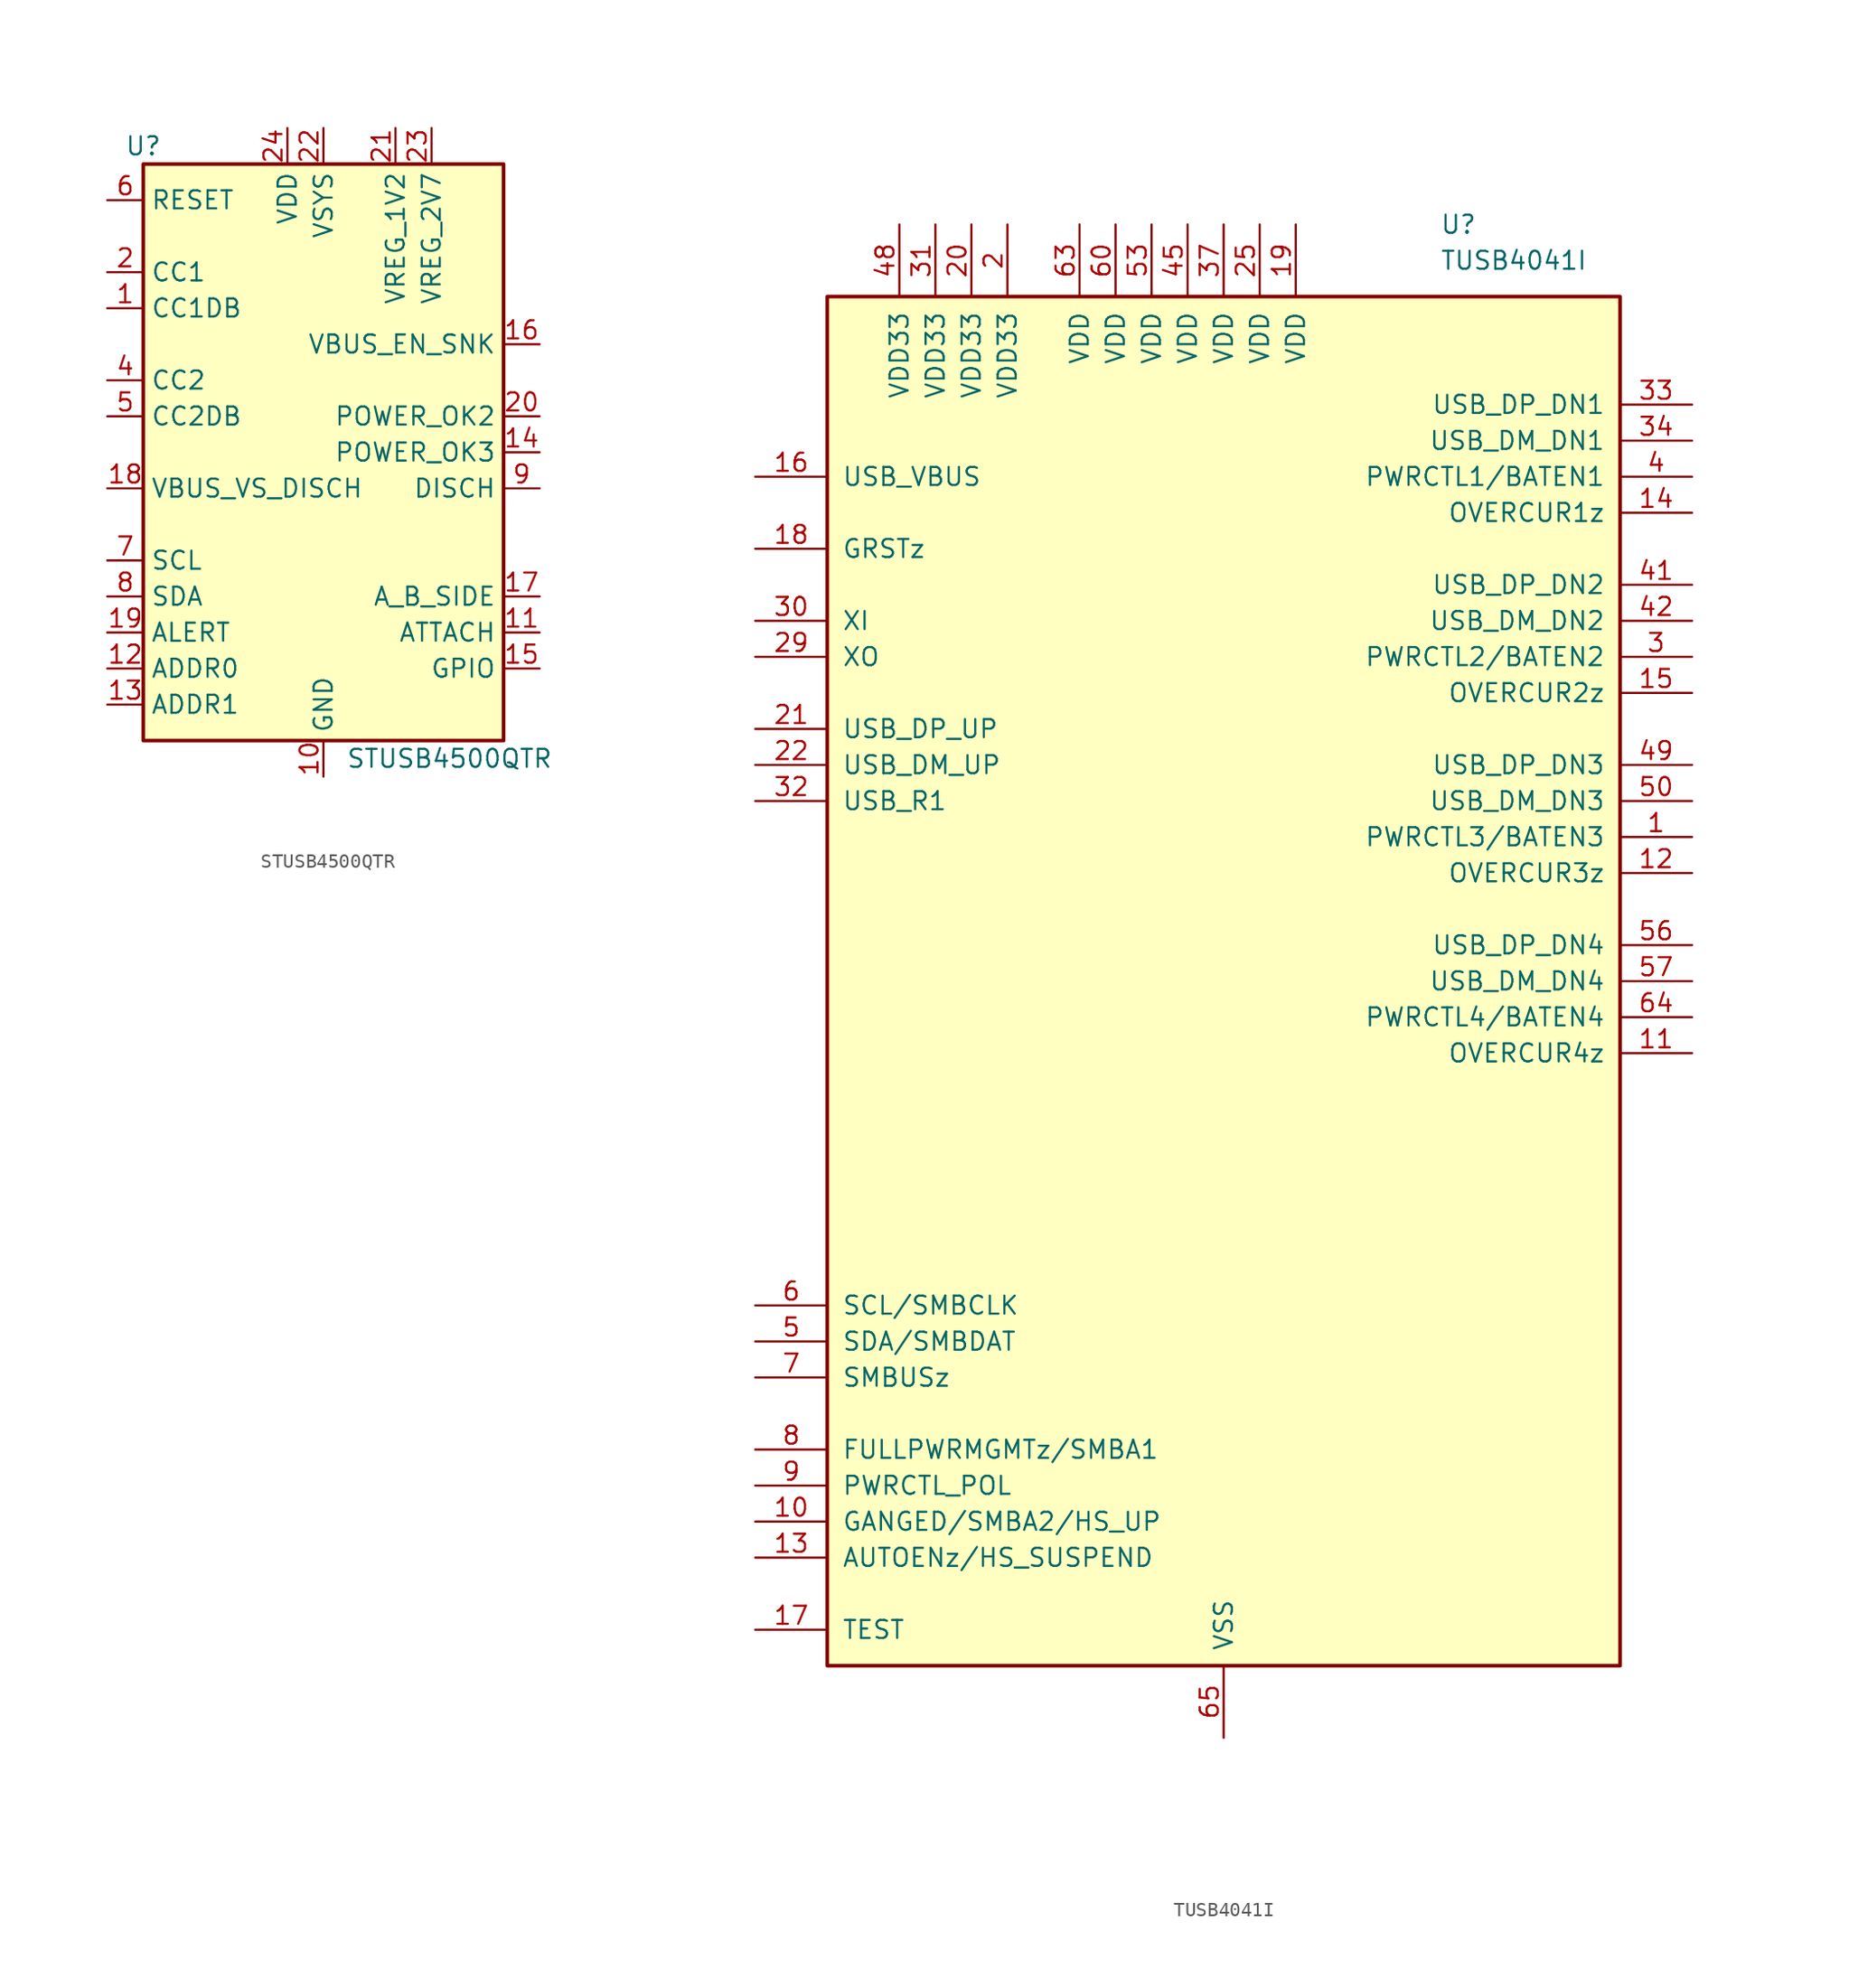
<source format=kicad_sym>
(kicad_symbol_lib
  (version 20200908)
  (generator kicad_symbol_editor)
  (symbol "Interface_USB:STUSB4500QTR"
    (property "Reference" "U"
      (at -12.7 21.59 0)
      (effects (font (size 1.27 1.27))))
    (property "Value" "STUSB4500QTR"
      (at 8.89 -21.59 0)
      (effects (font (size 1.27 1.27))))
    (symbol "STUSB4500QTR_0_1"
      (rectangle (start -12.7 20.32) (end 12.7 -20.32) (stroke (width 0.254)) (fill (type background))))
    (symbol "STUSB4500QTR_1_1"
      (pin bidirectional line (at -15.24 10.16 0) (length 2.54) (name "CC1DB" (effects (font (size 1.27 1.27)))) (number "1" (effects (font (size 1.27 1.27)))))
      (pin power_in line (at 0 -22.86 90) (length 2.54) (name "GND" (effects (font (size 1.27 1.27)))) (number "10" (effects (font (size 1.27 1.27)))))
      (pin open_collector line (at 15.24 -12.7 180) (length 2.54) (name "ATTACH" (effects (font (size 1.27 1.27)))) (number "11" (effects (font (size 1.27 1.27)))))
      (pin input line (at -15.24 -15.24 0) (length 2.54) (name "ADDR0" (effects (font (size 1.27 1.27)))) (number "12" (effects (font (size 1.27 1.27)))))
      (pin input line (at -15.24 -17.78 0) (length 2.54) (name "ADDR1" (effects (font (size 1.27 1.27)))) (number "13" (effects (font (size 1.27 1.27)))))
      (pin open_collector line (at 15.24 0 180) (length 2.54) (name "POWER_OK3" (effects (font (size 1.27 1.27)))) (number "14" (effects (font (size 1.27 1.27)))))
      (pin open_collector line (at 15.24 -15.24 180) (length 2.54) (name "GPIO" (effects (font (size 1.27 1.27)))) (number "15" (effects (font (size 1.27 1.27)))))
      (pin open_collector line (at 15.24 7.62 180) (length 2.54) (name "VBUS_EN_SNK" (effects (font (size 1.27 1.27)))) (number "16" (effects (font (size 1.27 1.27)))))
      (pin open_collector line (at 15.24 -10.16 180) (length 2.54) (name "A_B_SIDE" (effects (font (size 1.27 1.27)))) (number "17" (effects (font (size 1.27 1.27)))))
      (pin input line (at -15.24 -2.54 0) (length 2.54) (name "VBUS_VS_DISCH" (effects (font (size 1.27 1.27)))) (number "18" (effects (font (size 1.27 1.27)))))
      (pin open_collector line (at -15.24 -12.7 0) (length 2.54) (name "ALERT" (effects (font (size 1.27 1.27)))) (number "19" (effects (font (size 1.27 1.27)))))
      (pin bidirectional line (at -15.24 12.7 0) (length 2.54) (name "CC1" (effects (font (size 1.27 1.27)))) (number "2" (effects (font (size 1.27 1.27)))))
      (pin open_collector line (at 15.24 2.54 180) (length 2.54) (name "POWER_OK2" (effects (font (size 1.27 1.27)))) (number "20" (effects (font (size 1.27 1.27)))))
      (pin power_out line (at 5.08 22.86 270) (length 2.54) (name "VREG_1V2" (effects (font (size 1.27 1.27)))) (number "21" (effects (font (size 1.27 1.27)))))
      (pin power_in line (at 0 22.86 270) (length 2.54) (name "VSYS" (effects (font (size 1.27 1.27)))) (number "22" (effects (font (size 1.27 1.27)))))
      (pin power_out line (at 7.62 22.86 270) (length 2.54) (name "VREG_2V7" (effects (font (size 1.27 1.27)))) (number "23" (effects (font (size 1.27 1.27)))))
      (pin power_in line (at -2.54 22.86 270) (length 2.54) (name "VDD" (effects (font (size 1.27 1.27)))) (number "24" (effects (font (size 1.27 1.27)))))
      (pin passive line (at 0 -22.86 90) (length 2.54) hide (name "GND" (effects (font (size 1.27 1.27)))) (number "25" (effects (font (size 1.27 1.27)))))
      (pin unconnected line (at -12.7 15.24 0) (length 2.54) hide (name "NC" (effects (font (size 1.27 1.27)))) (number "3" (effects (font (size 1.27 1.27)))))
      (pin bidirectional line (at -15.24 5.08 0) (length 2.54) (name "CC2" (effects (font (size 1.27 1.27)))) (number "4" (effects (font (size 1.27 1.27)))))
      (pin bidirectional line (at -15.24 2.54 0) (length 2.54) (name "CC2DB" (effects (font (size 1.27 1.27)))) (number "5" (effects (font (size 1.27 1.27)))))
      (pin input line (at -15.24 17.78 0) (length 2.54) (name "RESET" (effects (font (size 1.27 1.27)))) (number "6" (effects (font (size 1.27 1.27)))))
      (pin input line (at -15.24 -7.62 0) (length 2.54) (name "SCL" (effects (font (size 1.27 1.27)))) (number "7" (effects (font (size 1.27 1.27)))))
      (pin bidirectional line (at -15.24 -10.16 0) (length 2.54) (name "SDA" (effects (font (size 1.27 1.27)))) (number "8" (effects (font (size 1.27 1.27)))))
      (pin bidirectional line (at 15.24 -2.54 180) (length 2.54) (name "DISCH" (effects (font (size 1.27 1.27)))) (number "9" (effects (font (size 1.27 1.27)))))))
  (symbol "Interface_USB:TUSB4041I"
    (pin_names
      (offset 1.016))
    (property "Reference" "U"
      (at 15.24 53.34 0)
      (effects (font (size 1.27 1.27)) (justify left)))
    (property "Value" "TUSB4041I"
      (at 15.24 50.8 0)
      (effects (font (size 1.27 1.27)) (justify left)))
    (symbol "TUSB4041I_0_1"
      (rectangle (start -27.94 48.26) (end 27.94 -48.26) (stroke (width 0.254)) (fill (type background))))
    (symbol "TUSB4041I_1_1"
      (pin bidirectional line (at 33.02 10.16 180) (length 5.08) (name "PWRCTL3/BATEN3" (effects (font (size 1.27 1.27)))) (number "1" (effects (font (size 1.27 1.27)))))
      (pin bidirectional line (at -33.02 -38.1 0) (length 5.08) (name "GANGED/SMBA2/HS_UP" (effects (font (size 1.27 1.27)))) (number "10" (effects (font (size 1.27 1.27)))))
      (pin input line (at 33.02 -5.08 180) (length 5.08) (name "OVERCUR4z" (effects (font (size 1.27 1.27)))) (number "11" (effects (font (size 1.27 1.27)))))
      (pin input line (at 33.02 7.62 180) (length 5.08) (name "OVERCUR3z" (effects (font (size 1.27 1.27)))) (number "12" (effects (font (size 1.27 1.27)))))
      (pin bidirectional line (at -33.02 -40.64 0) (length 5.08) (name "AUTOENz/HS_SUSPEND" (effects (font (size 1.27 1.27)))) (number "13" (effects (font (size 1.27 1.27)))))
      (pin input line (at 33.02 33.02 180) (length 5.08) (name "OVERCUR1z" (effects (font (size 1.27 1.27)))) (number "14" (effects (font (size 1.27 1.27)))))
      (pin input line (at 33.02 20.32 180) (length 5.08) (name "OVERCUR2z" (effects (font (size 1.27 1.27)))) (number "15" (effects (font (size 1.27 1.27)))))
      (pin input line (at -33.02 35.56 0) (length 5.08) (name "USB_VBUS" (effects (font (size 1.27 1.27)))) (number "16" (effects (font (size 1.27 1.27)))))
      (pin input line (at -33.02 -45.72 0) (length 5.08) (name "TEST" (effects (font (size 1.27 1.27)))) (number "17" (effects (font (size 1.27 1.27)))))
      (pin input line (at -33.02 30.48 0) (length 5.08) (name "GRSTz" (effects (font (size 1.27 1.27)))) (number "18" (effects (font (size 1.27 1.27)))))
      (pin power_in line (at 5.08 53.34 270) (length 5.08) (name "VDD" (effects (font (size 1.27 1.27)))) (number "19" (effects (font (size 1.27 1.27)))))
      (pin power_in line (at -15.24 53.34 270) (length 5.08) (name "VDD33" (effects (font (size 1.27 1.27)))) (number "2" (effects (font (size 1.27 1.27)))))
      (pin power_in line (at -17.78 53.34 270) (length 5.08) (name "VDD33" (effects (font (size 1.27 1.27)))) (number "20" (effects (font (size 1.27 1.27)))))
      (pin bidirectional line (at -33.02 17.78 0) (length 5.08) (name "USB_DP_UP" (effects (font (size 1.27 1.27)))) (number "21" (effects (font (size 1.27 1.27)))))
      (pin bidirectional line (at -33.02 15.24 0) (length 5.08) (name "USB_DM_UP" (effects (font (size 1.27 1.27)))) (number "22" (effects (font (size 1.27 1.27)))))
      (pin bidirectional line (at 33.02 -17.78 180) (length 5.08) hide (name "RSVD" (effects (font (size 1.27 1.27)))) (number "23" (effects (font (size 1.27 1.27)))))
      (pin bidirectional line (at 33.02 -20.32 180) (length 5.08) hide (name "RSVD" (effects (font (size 1.27 1.27)))) (number "24" (effects (font (size 1.27 1.27)))))
      (pin power_in line (at 2.54 53.34 270) (length 5.08) (name "VDD" (effects (font (size 1.27 1.27)))) (number "25" (effects (font (size 1.27 1.27)))))
      (pin bidirectional line (at 33.02 -22.86 180) (length 5.08) hide (name "RSVD" (effects (font (size 1.27 1.27)))) (number "26" (effects (font (size 1.27 1.27)))))
      (pin bidirectional line (at 33.02 -25.4 180) (length 5.08) hide (name "RSVD" (effects (font (size 1.27 1.27)))) (number "27" (effects (font (size 1.27 1.27)))))
      (pin unconnected line (at 33.02 -43.18 180) (length 5.08) hide (name "NC" (effects (font (size 1.27 1.27)))) (number "28" (effects (font (size 1.27 1.27)))))
      (pin output line (at -33.02 22.86 0) (length 5.08) (name "XO" (effects (font (size 1.27 1.27)))) (number "29" (effects (font (size 1.27 1.27)))))
      (pin bidirectional line (at 33.02 22.86 180) (length 5.08) (name "PWRCTL2/BATEN2" (effects (font (size 1.27 1.27)))) (number "3" (effects (font (size 1.27 1.27)))))
      (pin input line (at -33.02 25.4 0) (length 5.08) (name "XI" (effects (font (size 1.27 1.27)))) (number "30" (effects (font (size 1.27 1.27)))))
      (pin power_in line (at -20.32 53.34 270) (length 5.08) (name "VDD33" (effects (font (size 1.27 1.27)))) (number "31" (effects (font (size 1.27 1.27)))))
      (pin input line (at -33.02 12.7 0) (length 5.08) (name "USB_R1" (effects (font (size 1.27 1.27)))) (number "32" (effects (font (size 1.27 1.27)))))
      (pin bidirectional line (at 33.02 40.64 180) (length 5.08) (name "USB_DP_DN1" (effects (font (size 1.27 1.27)))) (number "33" (effects (font (size 1.27 1.27)))))
      (pin bidirectional line (at 33.02 38.1 180) (length 5.08) (name "USB_DM_DN1" (effects (font (size 1.27 1.27)))) (number "34" (effects (font (size 1.27 1.27)))))
      (pin bidirectional line (at 33.02 -27.94 180) (length 5.08) hide (name "RSVD" (effects (font (size 1.27 1.27)))) (number "35" (effects (font (size 1.27 1.27)))))
      (pin bidirectional line (at 33.02 -30.48 180) (length 5.08) hide (name "RSVD" (effects (font (size 1.27 1.27)))) (number "36" (effects (font (size 1.27 1.27)))))
      (pin power_in line (at 0 53.34 270) (length 5.08) (name "VDD" (effects (font (size 1.27 1.27)))) (number "37" (effects (font (size 1.27 1.27)))))
      (pin bidirectional line (at 33.02 -33.02 180) (length 5.08) hide (name "RSVD" (effects (font (size 1.27 1.27)))) (number "38" (effects (font (size 1.27 1.27)))))
      (pin bidirectional line (at 33.02 -35.56 180) (length 5.08) hide (name "RSVD" (effects (font (size 1.27 1.27)))) (number "39" (effects (font (size 1.27 1.27)))))
      (pin bidirectional line (at 33.02 35.56 180) (length 5.08) (name "PWRCTL1/BATEN1" (effects (font (size 1.27 1.27)))) (number "4" (effects (font (size 1.27 1.27)))))
      (pin unconnected line (at 33.02 -45.72 180) (length 5.08) hide (name "NC" (effects (font (size 1.27 1.27)))) (number "40" (effects (font (size 1.27 1.27)))))
      (pin bidirectional line (at 33.02 27.94 180) (length 5.08) (name "USB_DP_DN2" (effects (font (size 1.27 1.27)))) (number "41" (effects (font (size 1.27 1.27)))))
      (pin bidirectional line (at 33.02 25.4 180) (length 5.08) (name "USB_DM_DN2" (effects (font (size 1.27 1.27)))) (number "42" (effects (font (size 1.27 1.27)))))
      (pin bidirectional line (at 33.02 -38.1 180) (length 5.08) hide (name "RSVD" (effects (font (size 1.27 1.27)))) (number "43" (effects (font (size 1.27 1.27)))))
      (pin bidirectional line (at -33.02 7.62 0) (length 5.08) hide (name "RSVD" (effects (font (size 1.27 1.27)))) (number "44" (effects (font (size 1.27 1.27)))))
      (pin power_in line (at -2.54 53.34 270) (length 5.08) (name "VDD" (effects (font (size 1.27 1.27)))) (number "45" (effects (font (size 1.27 1.27)))))
      (pin bidirectional line (at -33.02 5.08 0) (length 5.08) hide (name "RSVD" (effects (font (size 1.27 1.27)))) (number "46" (effects (font (size 1.27 1.27)))))
      (pin bidirectional line (at -33.02 2.54 0) (length 5.08) hide (name "RSVD" (effects (font (size 1.27 1.27)))) (number "47" (effects (font (size 1.27 1.27)))))
      (pin power_in line (at -22.86 53.34 270) (length 5.08) (name "VDD33" (effects (font (size 1.27 1.27)))) (number "48" (effects (font (size 1.27 1.27)))))
      (pin bidirectional line (at 33.02 15.24 180) (length 5.08) (name "USB_DP_DN3" (effects (font (size 1.27 1.27)))) (number "49" (effects (font (size 1.27 1.27)))))
      (pin bidirectional line (at -33.02 -25.4 0) (length 5.08) (name "SDA/SMBDAT" (effects (font (size 1.27 1.27)))) (number "5" (effects (font (size 1.27 1.27)))))
      (pin bidirectional line (at 33.02 12.7 180) (length 5.08) (name "USB_DM_DN3" (effects (font (size 1.27 1.27)))) (number "50" (effects (font (size 1.27 1.27)))))
      (pin bidirectional line (at -33.02 0 0) (length 5.08) hide (name "RSVD" (effects (font (size 1.27 1.27)))) (number "51" (effects (font (size 1.27 1.27)))))
      (pin bidirectional line (at -33.02 -2.54 0) (length 5.08) hide (name "RSVD" (effects (font (size 1.27 1.27)))) (number "52" (effects (font (size 1.27 1.27)))))
      (pin power_in line (at -5.08 53.34 270) (length 5.08) (name "VDD" (effects (font (size 1.27 1.27)))) (number "53" (effects (font (size 1.27 1.27)))))
      (pin bidirectional line (at -33.02 -5.08 0) (length 5.08) hide (name "RSVD" (effects (font (size 1.27 1.27)))) (number "54" (effects (font (size 1.27 1.27)))))
      (pin bidirectional line (at -33.02 -7.62 0) (length 5.08) hide (name "RSVD" (effects (font (size 1.27 1.27)))) (number "55" (effects (font (size 1.27 1.27)))))
      (pin bidirectional line (at 33.02 2.54 180) (length 5.08) (name "USB_DP_DN4" (effects (font (size 1.27 1.27)))) (number "56" (effects (font (size 1.27 1.27)))))
      (pin bidirectional line (at 33.02 0 180) (length 5.08) (name "USB_DM_DN4" (effects (font (size 1.27 1.27)))) (number "57" (effects (font (size 1.27 1.27)))))
      (pin bidirectional line (at -33.02 -10.16 0) (length 5.08) hide (name "RSVD" (effects (font (size 1.27 1.27)))) (number "58" (effects (font (size 1.27 1.27)))))
      (pin bidirectional line (at -33.02 -12.7 0) (length 5.08) hide (name "RSVD" (effects (font (size 1.27 1.27)))) (number "59" (effects (font (size 1.27 1.27)))))
      (pin bidirectional line (at -33.02 -22.86 0) (length 5.08) (name "SCL/SMBCLK" (effects (font (size 1.27 1.27)))) (number "6" (effects (font (size 1.27 1.27)))))
      (pin power_in line (at -7.62 53.34 270) (length 5.08) (name "VDD" (effects (font (size 1.27 1.27)))) (number "60" (effects (font (size 1.27 1.27)))))
      (pin bidirectional line (at -33.02 -15.24 0) (length 5.08) hide (name "RSVD" (effects (font (size 1.27 1.27)))) (number "61" (effects (font (size 1.27 1.27)))))
      (pin bidirectional line (at -33.02 -17.78 0) (length 5.08) hide (name "RSVD" (effects (font (size 1.27 1.27)))) (number "62" (effects (font (size 1.27 1.27)))))
      (pin power_in line (at -10.16 53.34 270) (length 5.08) (name "VDD" (effects (font (size 1.27 1.27)))) (number "63" (effects (font (size 1.27 1.27)))))
      (pin bidirectional line (at 33.02 -2.54 180) (length 5.08) (name "PWRCTL4/BATEN4" (effects (font (size 1.27 1.27)))) (number "64" (effects (font (size 1.27 1.27)))))
      (pin power_in line (at 0 -53.34 90) (length 5.08) (name "VSS" (effects (font (size 1.27 1.27)))) (number "65" (effects (font (size 1.27 1.27)))))
      (pin bidirectional line (at -33.02 -27.94 0) (length 5.08) (name "SMBUSz" (effects (font (size 1.27 1.27)))) (number "7" (effects (font (size 1.27 1.27)))))
      (pin bidirectional line (at -33.02 -33.02 0) (length 5.08) (name "FULLPWRMGMTz/SMBA1" (effects (font (size 1.27 1.27)))) (number "8" (effects (font (size 1.27 1.27)))))
      (pin bidirectional line (at -33.02 -35.56 0) (length 5.08) (name "PWRCTL_POL" (effects (font (size 1.27 1.27)))) (number "9" (effects (font (size 1.27 1.27))))))))
</source>
